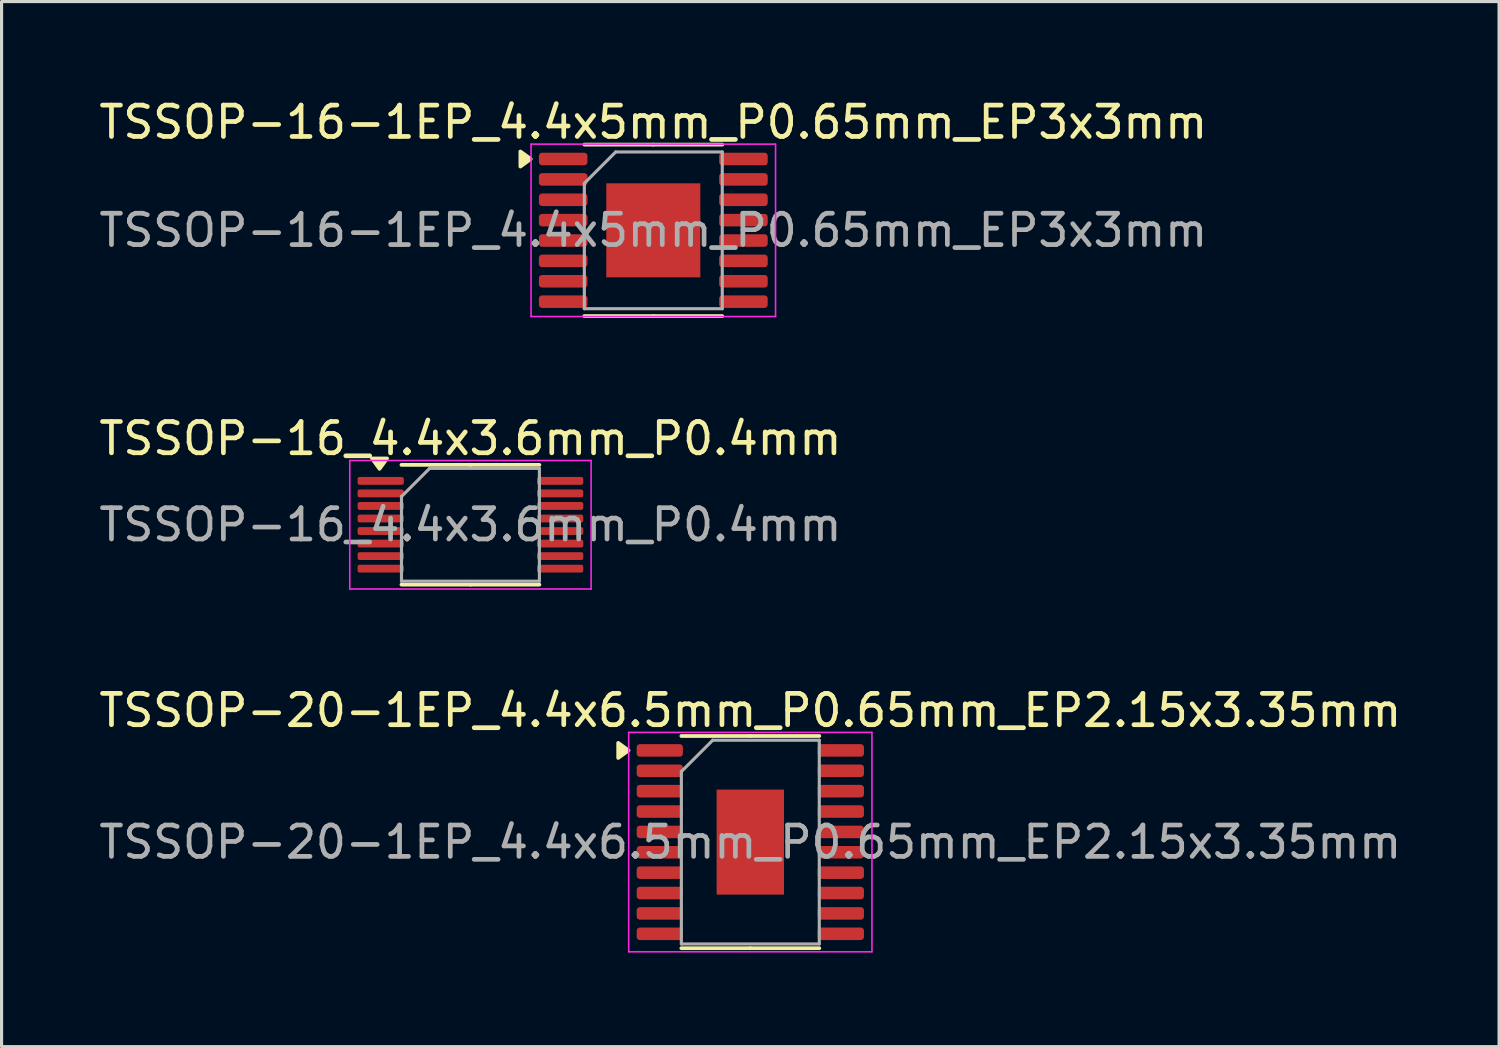
<source format=kicad_pcb>
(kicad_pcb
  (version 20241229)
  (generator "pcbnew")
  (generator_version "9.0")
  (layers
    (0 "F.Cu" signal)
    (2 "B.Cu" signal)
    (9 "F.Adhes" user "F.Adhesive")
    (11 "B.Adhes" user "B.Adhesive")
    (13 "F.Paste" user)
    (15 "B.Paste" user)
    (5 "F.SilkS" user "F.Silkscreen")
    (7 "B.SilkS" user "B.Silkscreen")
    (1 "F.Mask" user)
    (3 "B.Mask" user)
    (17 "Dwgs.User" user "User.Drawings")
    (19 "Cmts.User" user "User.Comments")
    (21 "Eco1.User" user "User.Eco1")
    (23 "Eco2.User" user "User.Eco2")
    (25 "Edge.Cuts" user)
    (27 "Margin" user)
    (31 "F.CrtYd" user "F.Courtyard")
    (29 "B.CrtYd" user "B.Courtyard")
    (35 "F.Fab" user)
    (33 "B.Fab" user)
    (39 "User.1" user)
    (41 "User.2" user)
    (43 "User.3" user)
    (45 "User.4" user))
  (footprint "TSSOP-16_4.4x3.6mm_P0.4mm"
    (layer "F.Cu")
    (at 11.958 13.691)
    (property "Reference" "TSSOP-16_4.4x3.6mm_P0.4mm" (at 0 -2.75 0) (layer "F.SilkS") (effects (font (size 1 1) (thickness 0.15))))
    (attr smd)
    (fp_line (start 0 -1.91) (end -2.2 -1.91) (stroke (width 0.12) (type solid)) (layer "F.SilkS"))
    (fp_line (start 0 -1.91) (end 2.2 -1.91) (stroke (width 0.12) (type solid)) (layer "F.SilkS"))
    (fp_line (start 0 1.91) (end -2.2 1.91) (stroke (width 0.12) (type solid)) (layer "F.SilkS"))
    (fp_line (start 0 1.91) (end 2.2 1.91) (stroke (width 0.12) (type solid)) (layer "F.SilkS"))
    (fp_poly (pts (xy -2.9 -1.785) (xy -3.14 -2.115) (xy -2.66 -2.115) (xy -2.9 -1.785)) (stroke (width 0.12) (type solid)) (fill yes) (layer "F.SilkS"))
    (fp_line (start -3.85 -2.05) (end -3.85 2.05) (stroke (width 0.05) (type solid)) (layer "F.CrtYd"))
    (fp_line (start -3.85 2.05) (end 3.85 2.05) (stroke (width 0.05) (type solid)) (layer "F.CrtYd"))
    (fp_line (start 3.85 -2.05) (end -3.85 -2.05) (stroke (width 0.05) (type solid)) (layer "F.CrtYd"))
    (fp_line (start 3.85 2.05) (end 3.85 -2.05) (stroke (width 0.05) (type solid)) (layer "F.CrtYd"))
    (fp_line (start -2.2 -0.9) (end -1.3 -1.8) (stroke (width 0.1) (type solid)) (layer "F.Fab"))
    (fp_line (start -2.2 1.8) (end -2.2 -0.9) (stroke (width 0.1) (type solid)) (layer "F.Fab"))
    (fp_line (start -1.3 -1.8) (end 2.2 -1.8) (stroke (width 0.1) (type solid)) (layer "F.Fab"))
    (fp_line (start 2.2 -1.8) (end 2.2 1.8) (stroke (width 0.1) (type solid)) (layer "F.Fab"))
    (fp_line (start 2.2 1.8) (end -2.2 1.8) (stroke (width 0.1) (type solid)) (layer "F.Fab"))
    (fp_text user "${REFERENCE}" (at 0 0 0) (layer "F.Fab") (effects (font (size 1 1) (thickness 0.15))))
    (pad "1" smd roundrect (at -2.862 -1.4) (size 1.475 0.25) (layers "F.Cu" "F.Mask" "F.Paste") (roundrect_rratio 0.25))
    (pad "2" smd roundrect (at -2.862 -1) (size 1.475 0.25) (layers "F.Cu" "F.Mask" "F.Paste") (roundrect_rratio 0.25))
    (pad "3" smd roundrect (at -2.862 -0.6) (size 1.475 0.25) (layers "F.Cu" "F.Mask" "F.Paste") (roundrect_rratio 0.25))
    (pad "4" smd roundrect (at -2.862 -0.2) (size 1.475 0.25) (layers "F.Cu" "F.Mask" "F.Paste") (roundrect_rratio 0.25))
    (pad "5" smd roundrect (at -2.862 0.2) (size 1.475 0.25) (layers "F.Cu" "F.Mask" "F.Paste") (roundrect_rratio 0.25))
    (pad "6" smd roundrect (at -2.862 0.6) (size 1.475 0.25) (layers "F.Cu" "F.Mask" "F.Paste") (roundrect_rratio 0.25))
    (pad "7" smd roundrect (at -2.862 1) (size 1.475 0.25) (layers "F.Cu" "F.Mask" "F.Paste") (roundrect_rratio 0.25))
    (pad "8" smd roundrect (at -2.862 1.4) (size 1.475 0.25) (layers "F.Cu" "F.Mask" "F.Paste") (roundrect_rratio 0.25))
    (pad "9" smd roundrect (at 2.862 1.4) (size 1.475 0.25) (layers "F.Cu" "F.Mask" "F.Paste") (roundrect_rratio 0.25))
    (pad "10" smd roundrect (at 2.862 1) (size 1.475 0.25) (layers "F.Cu" "F.Mask" "F.Paste") (roundrect_rratio 0.25))
    (pad "11" smd roundrect (at 2.862 0.6) (size 1.475 0.25) (layers "F.Cu" "F.Mask" "F.Paste") (roundrect_rratio 0.25))
    (pad "12" smd roundrect (at 2.862 0.2) (size 1.475 0.25) (layers "F.Cu" "F.Mask" "F.Paste") (roundrect_rratio 0.25))
    (pad "13" smd roundrect (at 2.862 -0.2) (size 1.475 0.25) (layers "F.Cu" "F.Mask" "F.Paste") (roundrect_rratio 0.25))
    (pad "14" smd roundrect (at 2.862 -0.6) (size 1.475 0.25) (layers "F.Cu" "F.Mask" "F.Paste") (roundrect_rratio 0.25))
    (pad "15" smd roundrect (at 2.862 -1) (size 1.475 0.25) (layers "F.Cu" "F.Mask" "F.Paste") (roundrect_rratio 0.25))
    (pad "16" smd roundrect (at 2.862 -1.4) (size 1.475 0.25) (layers "F.Cu" "F.Mask" "F.Paste") (roundrect_rratio 0.25)))
  (footprint "TSSOP-16-1EP_4.4x5mm_P0.65mm_EP3x3mm"
    (layer "F.Cu")
    (at 17.792 4.298)
    (property "Reference" "TSSOP-16-1EP_4.4x5mm_P0.65mm_EP3x3mm" (at 0 -3.45 0) (layer "F.SilkS") (effects (font (size 1 1) (thickness 0.15))))
    (attr smd)
    (fp_line (start 0 -2.735) (end -2.2 -2.735) (stroke (width 0.12) (type solid)) (layer "F.SilkS"))
    (fp_line (start 0 -2.735) (end 2.2 -2.735) (stroke (width 0.12) (type solid)) (layer "F.SilkS"))
    (fp_line (start 0 2.735) (end -2.2 2.735) (stroke (width 0.12) (type solid)) (layer "F.SilkS"))
    (fp_line (start 0 2.735) (end 2.2 2.735) (stroke (width 0.12) (type solid)) (layer "F.SilkS"))
    (fp_poly (pts (xy -3.91 -2.275) (xy -4.24 -2.035) (xy -4.24 -2.515) (xy -3.91 -2.275)) (stroke (width 0.12) (type solid)) (fill yes) (layer "F.SilkS"))
    (fp_line (start -3.9 -2.75) (end -3.9 2.75) (stroke (width 0.05) (type solid)) (layer "F.CrtYd"))
    (fp_line (start -3.9 2.75) (end 3.9 2.75) (stroke (width 0.05) (type solid)) (layer "F.CrtYd"))
    (fp_line (start 3.9 -2.75) (end -3.9 -2.75) (stroke (width 0.05) (type solid)) (layer "F.CrtYd"))
    (fp_line (start 3.9 2.75) (end 3.9 -2.75) (stroke (width 0.05) (type solid)) (layer "F.CrtYd"))
    (fp_line (start -2.2 -1.5) (end -1.2 -2.5) (stroke (width 0.1) (type solid)) (layer "F.Fab"))
    (fp_line (start -2.2 2.5) (end -2.2 -1.5) (stroke (width 0.1) (type solid)) (layer "F.Fab"))
    (fp_line (start -1.2 -2.5) (end 2.2 -2.5) (stroke (width 0.1) (type solid)) (layer "F.Fab"))
    (fp_line (start 2.2 -2.5) (end 2.2 2.5) (stroke (width 0.1) (type solid)) (layer "F.Fab"))
    (fp_line (start 2.2 2.5) (end -2.2 2.5) (stroke (width 0.1) (type solid)) (layer "F.Fab"))
    (fp_text user "${REFERENCE}" (at 0 0 0) (layer "F.Fab") (effects (font (size 1 1) (thickness 0.15))))
    (pad "" smd roundrect (at -0.75 -0.75) (size 1.21 1.21) (layers "F.Paste") (roundrect_rratio 0.207))
    (pad "" smd roundrect (at -0.75 0.75) (size 1.21 1.21) (layers "F.Paste") (roundrect_rratio 0.207))
    (pad "" smd roundrect (at 0.75 -0.75) (size 1.21 1.21) (layers "F.Paste") (roundrect_rratio 0.207))
    (pad "" smd roundrect (at 0.75 0.75) (size 1.21 1.21) (layers "F.Paste") (roundrect_rratio 0.207))
    (pad "1" smd roundrect (at -2.875 -2.275) (size 1.55 0.4) (layers "F.Cu" "F.Mask" "F.Paste") (roundrect_rratio 0.25))
    (pad "2" smd roundrect (at -2.875 -1.625) (size 1.55 0.4) (layers "F.Cu" "F.Mask" "F.Paste") (roundrect_rratio 0.25))
    (pad "3" smd roundrect (at -2.875 -0.975) (size 1.55 0.4) (layers "F.Cu" "F.Mask" "F.Paste") (roundrect_rratio 0.25))
    (pad "4" smd roundrect (at -2.875 -0.325) (size 1.55 0.4) (layers "F.Cu" "F.Mask" "F.Paste") (roundrect_rratio 0.25))
    (pad "5" smd roundrect (at -2.875 0.325) (size 1.55 0.4) (layers "F.Cu" "F.Mask" "F.Paste") (roundrect_rratio 0.25))
    (pad "6" smd roundrect (at -2.875 0.975) (size 1.55 0.4) (layers "F.Cu" "F.Mask" "F.Paste") (roundrect_rratio 0.25))
    (pad "7" smd roundrect (at -2.875 1.625) (size 1.55 0.4) (layers "F.Cu" "F.Mask" "F.Paste") (roundrect_rratio 0.25))
    (pad "8" smd roundrect (at -2.875 2.275) (size 1.55 0.4) (layers "F.Cu" "F.Mask" "F.Paste") (roundrect_rratio 0.25))
    (pad "9" smd roundrect (at 2.875 2.275) (size 1.55 0.4) (layers "F.Cu" "F.Mask" "F.Paste") (roundrect_rratio 0.25))
    (pad "10" smd roundrect (at 2.875 1.625) (size 1.55 0.4) (layers "F.Cu" "F.Mask" "F.Paste") (roundrect_rratio 0.25))
    (pad "11" smd roundrect (at 2.875 0.975) (size 1.55 0.4) (layers "F.Cu" "F.Mask" "F.Paste") (roundrect_rratio 0.25))
    (pad "12" smd roundrect (at 2.875 0.325) (size 1.55 0.4) (layers "F.Cu" "F.Mask" "F.Paste") (roundrect_rratio 0.25))
    (pad "13" smd roundrect (at 2.875 -0.325) (size 1.55 0.4) (layers "F.Cu" "F.Mask" "F.Paste") (roundrect_rratio 0.25))
    (pad "14" smd roundrect (at 2.875 -0.975) (size 1.55 0.4) (layers "F.Cu" "F.Mask" "F.Paste") (roundrect_rratio 0.25))
    (pad "15" smd roundrect (at 2.875 -1.625) (size 1.55 0.4) (layers "F.Cu" "F.Mask" "F.Paste") (roundrect_rratio 0.25))
    (pad "16" smd roundrect (at 2.875 -2.275) (size 1.55 0.4) (layers "F.Cu" "F.Mask" "F.Paste") (roundrect_rratio 0.25))
    (pad "17" smd rect (at 0 0) (size 3 3) (property pad_prop_heatsink) (layers "F.Cu" "F.Mask")))
  (footprint "TSSOP-20-1EP_4.4x6.5mm_P0.65mm_EP2.15x3.35mm"
    (layer "F.Cu")
    (at 20.887 23.815)
    (property "Reference" "TSSOP-20-1EP_4.4x6.5mm_P0.65mm_EP2.15x3.35mm" (at 0 -4.2 0) (layer "F.SilkS") (effects (font (size 1 1) (thickness 0.15))))
    (attr smd)
    (fp_line (start 0 -3.385) (end -2.2 -3.385) (stroke (width 0.12) (type solid)) (layer "F.SilkS"))
    (fp_line (start 0 -3.385) (end 2.2 -3.385) (stroke (width 0.12) (type solid)) (layer "F.SilkS"))
    (fp_line (start 0 3.385) (end -2.2 3.385) (stroke (width 0.12) (type solid)) (layer "F.SilkS"))
    (fp_line (start 0 3.385) (end 2.2 3.385) (stroke (width 0.12) (type solid)) (layer "F.SilkS"))
    (fp_poly (pts (xy -3.885 -2.925) (xy -4.215 -2.685) (xy -4.215 -3.165) (xy -3.885 -2.925)) (stroke (width 0.12) (type solid)) (fill yes) (layer "F.SilkS"))
    (fp_line (start -3.88 -3.5) (end -3.88 3.5) (stroke (width 0.05) (type solid)) (layer "F.CrtYd"))
    (fp_line (start -3.88 3.5) (end 3.88 3.5) (stroke (width 0.05) (type solid)) (layer "F.CrtYd"))
    (fp_line (start 3.88 -3.5) (end -3.88 -3.5) (stroke (width 0.05) (type solid)) (layer "F.CrtYd"))
    (fp_line (start 3.88 3.5) (end 3.88 -3.5) (stroke (width 0.05) (type solid)) (layer "F.CrtYd"))
    (fp_line (start -2.2 -2.25) (end -1.2 -3.25) (stroke (width 0.1) (type solid)) (layer "F.Fab"))
    (fp_line (start -2.2 3.25) (end -2.2 -2.25) (stroke (width 0.1) (type solid)) (layer "F.Fab"))
    (fp_line (start -1.2 -3.25) (end 2.2 -3.25) (stroke (width 0.1) (type solid)) (layer "F.Fab"))
    (fp_line (start 2.2 -3.25) (end 2.2 3.25) (stroke (width 0.1) (type solid)) (layer "F.Fab"))
    (fp_line (start 2.2 3.25) (end -2.2 3.25) (stroke (width 0.1) (type solid)) (layer "F.Fab"))
    (fp_text user "${REFERENCE}" (at 0 0 0) (layer "F.Fab") (effects (font (size 1 1) (thickness 0.15))))
    (pad "" smd roundrect (at -0.54 -0.84) (size 0.87 1.35) (layers "F.Paste") (roundrect_rratio 0.25))
    (pad "" smd roundrect (at -0.54 0.84) (size 0.87 1.35) (layers "F.Paste") (roundrect_rratio 0.25))
    (pad "" smd roundrect (at 0.54 -0.84) (size 0.87 1.35) (layers "F.Paste") (roundrect_rratio 0.25))
    (pad "" smd roundrect (at 0.54 0.84) (size 0.87 1.35) (layers "F.Paste") (roundrect_rratio 0.25))
    (pad "1" smd roundrect (at -2.888 -2.925) (size 1.475 0.4) (layers "F.Cu" "F.Mask" "F.Paste") (roundrect_rratio 0.25))
    (pad "2" smd roundrect (at -2.888 -2.275) (size 1.475 0.4) (layers "F.Cu" "F.Mask" "F.Paste") (roundrect_rratio 0.25))
    (pad "3" smd roundrect (at -2.888 -1.625) (size 1.475 0.4) (layers "F.Cu" "F.Mask" "F.Paste") (roundrect_rratio 0.25))
    (pad "4" smd roundrect (at -2.888 -0.975) (size 1.475 0.4) (layers "F.Cu" "F.Mask" "F.Paste") (roundrect_rratio 0.25))
    (pad "5" smd roundrect (at -2.888 -0.325) (size 1.475 0.4) (layers "F.Cu" "F.Mask" "F.Paste") (roundrect_rratio 0.25))
    (pad "6" smd roundrect (at -2.888 0.325) (size 1.475 0.4) (layers "F.Cu" "F.Mask" "F.Paste") (roundrect_rratio 0.25))
    (pad "7" smd roundrect (at -2.888 0.975) (size 1.475 0.4) (layers "F.Cu" "F.Mask" "F.Paste") (roundrect_rratio 0.25))
    (pad "8" smd roundrect (at -2.888 1.625) (size 1.475 0.4) (layers "F.Cu" "F.Mask" "F.Paste") (roundrect_rratio 0.25))
    (pad "9" smd roundrect (at -2.888 2.275) (size 1.475 0.4) (layers "F.Cu" "F.Mask" "F.Paste") (roundrect_rratio 0.25))
    (pad "10" smd roundrect (at -2.888 2.925) (size 1.475 0.4) (layers "F.Cu" "F.Mask" "F.Paste") (roundrect_rratio 0.25))
    (pad "11" smd roundrect (at 2.888 2.925) (size 1.475 0.4) (layers "F.Cu" "F.Mask" "F.Paste") (roundrect_rratio 0.25))
    (pad "12" smd roundrect (at 2.888 2.275) (size 1.475 0.4) (layers "F.Cu" "F.Mask" "F.Paste") (roundrect_rratio 0.25))
    (pad "13" smd roundrect (at 2.888 1.625) (size 1.475 0.4) (layers "F.Cu" "F.Mask" "F.Paste") (roundrect_rratio 0.25))
    (pad "14" smd roundrect (at 2.888 0.975) (size 1.475 0.4) (layers "F.Cu" "F.Mask" "F.Paste") (roundrect_rratio 0.25))
    (pad "15" smd roundrect (at 2.888 0.325) (size 1.475 0.4) (layers "F.Cu" "F.Mask" "F.Paste") (roundrect_rratio 0.25))
    (pad "16" smd roundrect (at 2.888 -0.325) (size 1.475 0.4) (layers "F.Cu" "F.Mask" "F.Paste") (roundrect_rratio 0.25))
    (pad "17" smd roundrect (at 2.888 -0.975) (size 1.475 0.4) (layers "F.Cu" "F.Mask" "F.Paste") (roundrect_rratio 0.25))
    (pad "18" smd roundrect (at 2.888 -1.625) (size 1.475 0.4) (layers "F.Cu" "F.Mask" "F.Paste") (roundrect_rratio 0.25))
    (pad "19" smd roundrect (at 2.888 -2.275) (size 1.475 0.4) (layers "F.Cu" "F.Mask" "F.Paste") (roundrect_rratio 0.25))
    (pad "20" smd roundrect (at 2.888 -2.925) (size 1.475 0.4) (layers "F.Cu" "F.Mask" "F.Paste") (roundrect_rratio 0.25))
    (pad "21" smd rect (at 0 0) (size 2.15 3.35) (property pad_prop_heatsink) (layers "F.Cu" "F.Mask")))
  (gr_rect
    (start -3 -3)
    (end 44.774 30.34)
    (stroke (width 0.1) (type default))
    (fill no)
    (layer "Edge.Cuts")))
</source>
